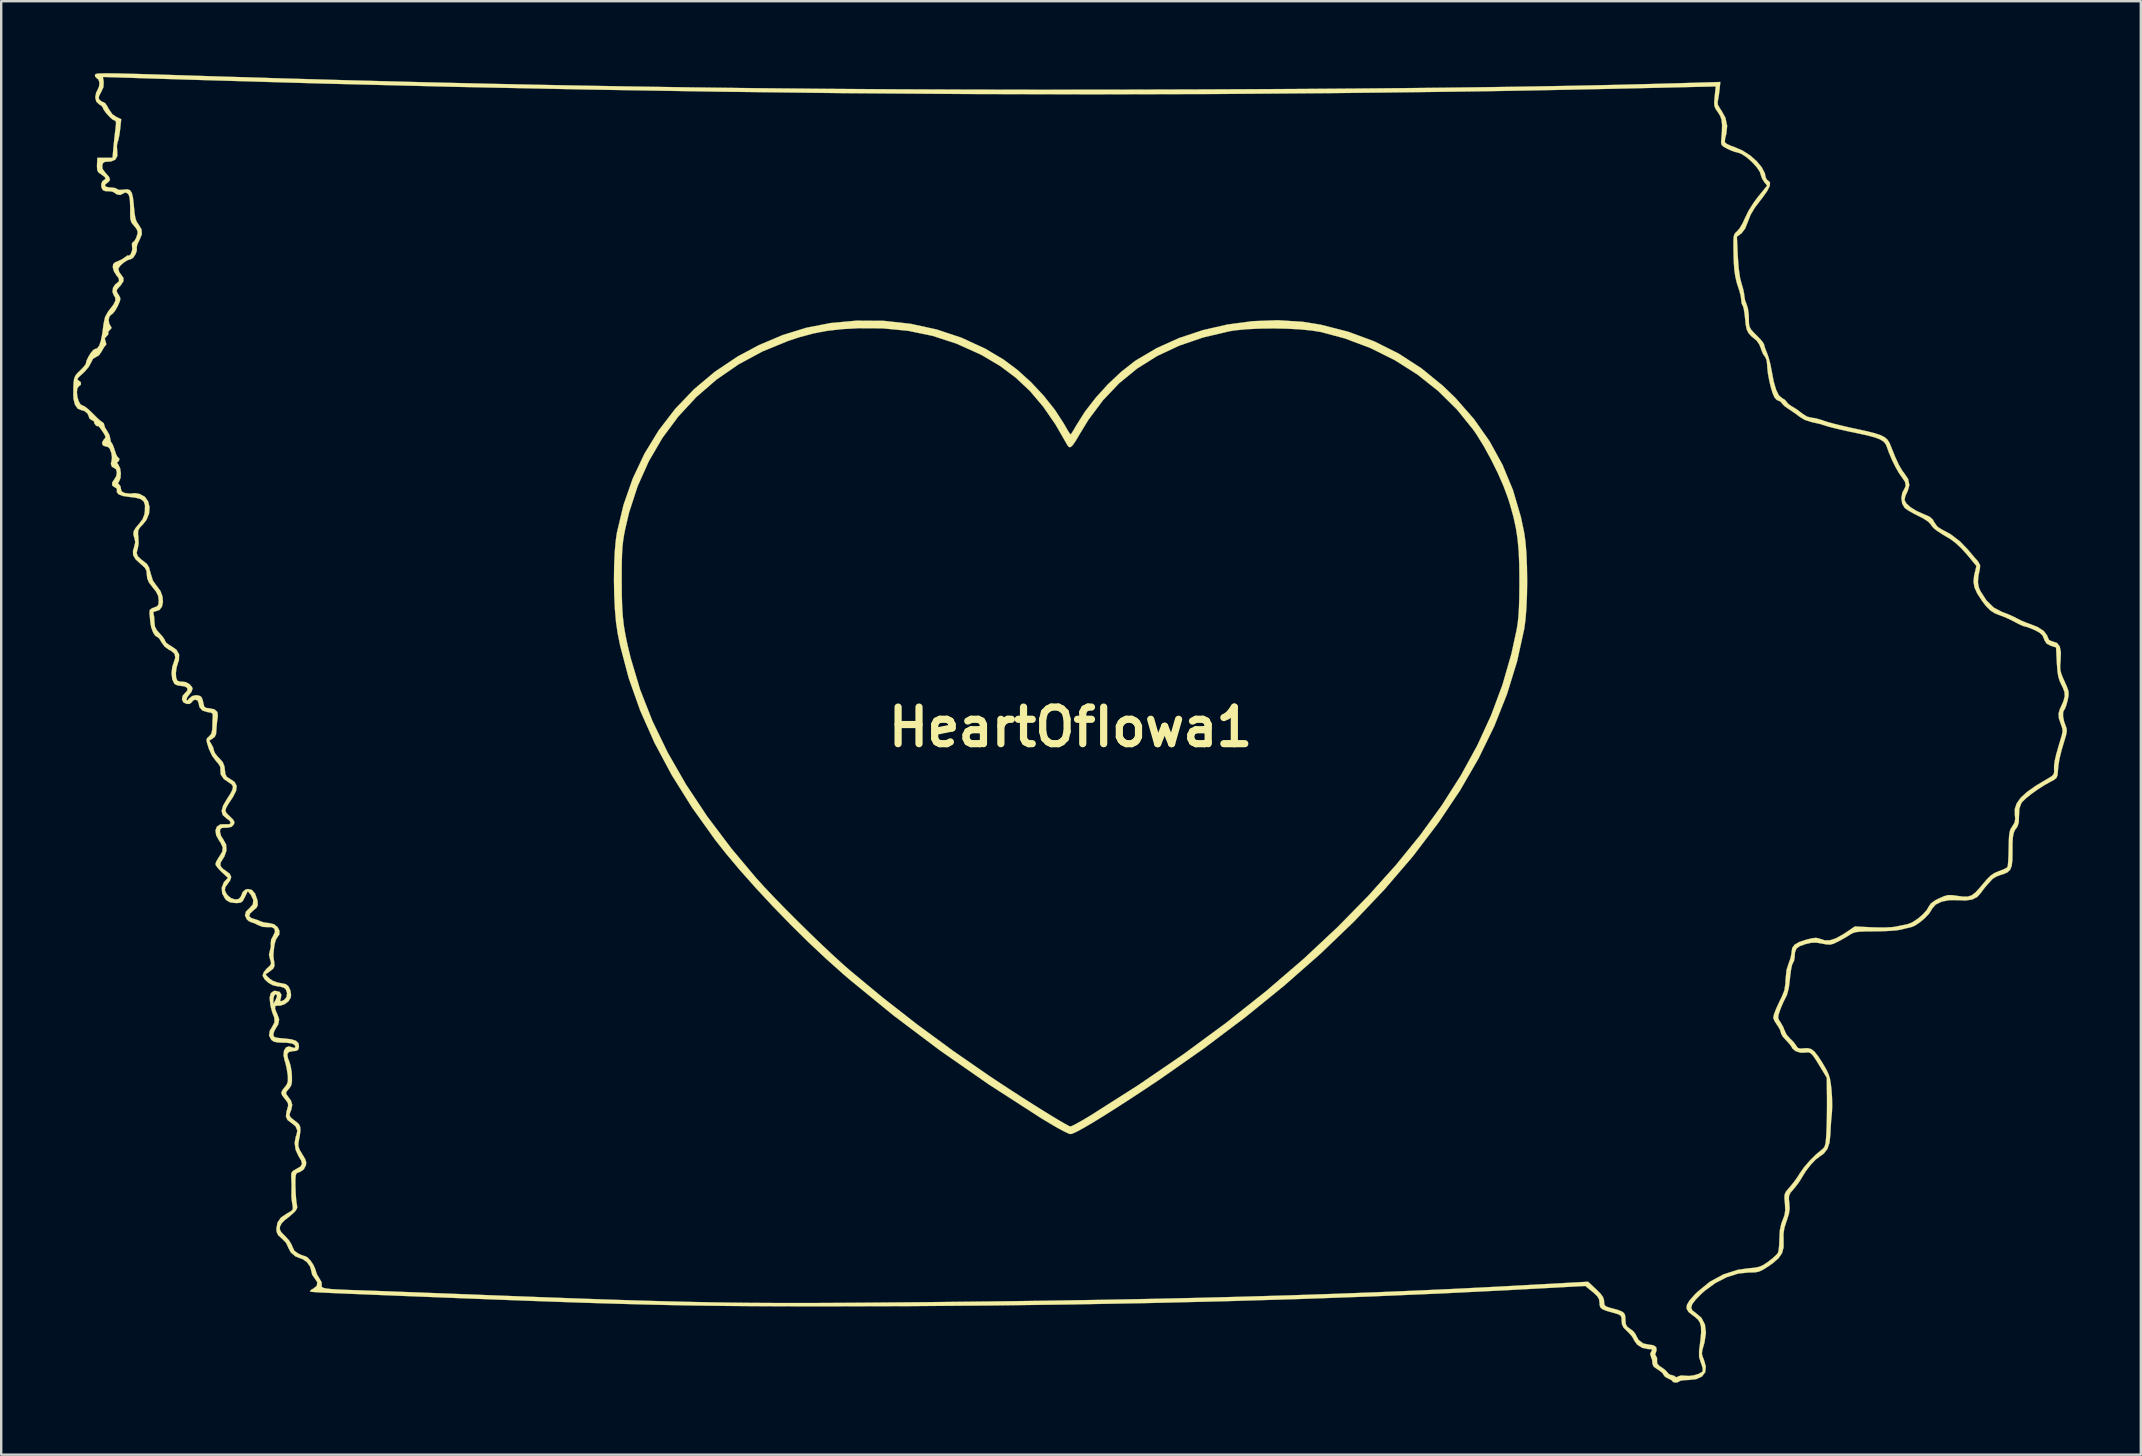
<source format=kicad_pcb>
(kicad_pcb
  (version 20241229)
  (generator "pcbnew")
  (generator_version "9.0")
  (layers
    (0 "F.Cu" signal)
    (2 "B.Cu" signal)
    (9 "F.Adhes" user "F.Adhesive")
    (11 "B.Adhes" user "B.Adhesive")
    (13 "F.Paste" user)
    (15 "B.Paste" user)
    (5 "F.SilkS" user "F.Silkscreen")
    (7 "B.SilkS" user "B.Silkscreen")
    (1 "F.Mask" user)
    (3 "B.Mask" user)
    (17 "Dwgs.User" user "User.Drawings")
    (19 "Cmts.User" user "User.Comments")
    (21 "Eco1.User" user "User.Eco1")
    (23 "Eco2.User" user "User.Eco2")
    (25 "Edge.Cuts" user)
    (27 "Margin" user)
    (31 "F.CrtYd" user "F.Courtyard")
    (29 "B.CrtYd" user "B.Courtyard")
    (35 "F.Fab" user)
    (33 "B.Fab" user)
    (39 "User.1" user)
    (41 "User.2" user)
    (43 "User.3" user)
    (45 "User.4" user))
  (footprint "HeartOfIowa1"
    (layer "F.Cu")
    (at 41.547 27.24)
    (property "Reference" "HeartOfIowa1" (at 0 0 0) (layer "F.SilkS") (effects (font (size 1.524 1.524) (thickness 0.3))))
    (attr through_hole)
    (fp_poly (pts (xy 9.672 -16.885) (xy 10.414 -16.766) (xy 11.567 -16.471) (xy 12.651 -16.07) (xy 13.669 -15.56) (xy 14.623 -14.942) (xy 15.517 -14.212) (xy 16.039 -13.707) (xy 16.803 -12.835) (xy 17.455 -11.909) (xy 17.996 -10.923) (xy 18.431 -9.872) (xy 18.76 -8.753) (xy 18.898 -8.096) (xy 18.952 -7.704) (xy 18.991 -7.218) (xy 19.013 -6.668) (xy 19.021 -6.087) (xy 19.013 -5.505) (xy 18.989 -4.955) (xy 18.95 -4.467) (xy 18.9 -4.096) (xy 18.599 -2.73) (xy 18.182 -1.377) (xy 17.648 -0.033) (xy 16.995 1.306) (xy 16.221 2.643) (xy 15.324 3.982) (xy 14.302 5.327) (xy 14.22 5.429) (xy 13.073 6.767) (xy 11.803 8.104) (xy 10.414 9.437) (xy 8.908 10.762) (xy 7.289 12.077) (xy 5.562 13.378) (xy 3.73 14.663) (xy 3.136 15.06) (xy 2.47 15.498) (xy 1.87 15.885) (xy 1.342 16.218) (xy 0.892 16.493) (xy 0.525 16.707) (xy 0.247 16.857) (xy 0.063 16.939) (xy -0.004 16.954) (xy -0.104 16.921) (xy -0.293 16.83) (xy -0.551 16.69) (xy -0.858 16.513) (xy -1.198 16.307) (xy -1.238 16.282) (xy -3.403 14.886) (xy -5.448 13.463) (xy -7.377 12.01) (xy -9.194 10.525) (xy -9.461 10.296) (xy -10.177 9.657) (xy -10.921 8.958) (xy -11.672 8.217) (xy -12.413 7.454) (xy -13.123 6.69) (xy -13.785 5.945) (xy -14.379 5.237) (xy -14.803 4.699) (xy -15.77 3.345) (xy -16.613 1.998) (xy -17.331 0.655) (xy -17.928 -0.689) (xy -18.404 -2.036) (xy -18.762 -3.389) (xy -18.872 -3.937) (xy -18.936 -4.382) (xy -18.982 -4.914) (xy -19.01 -5.502) (xy -19.021 -6.096) (xy -18.698 -6.096) (xy -18.694 -5.52) (xy -18.68 -5.039) (xy -18.653 -4.62) (xy -18.609 -4.232) (xy -18.544 -3.843) (xy -18.455 -3.42) (xy -18.337 -2.931) (xy -18.318 -2.856) (xy -17.93 -1.558) (xy -17.416 -0.25) (xy -16.778 1.068) (xy -16.018 2.392) (xy -15.135 3.722) (xy -14.131 5.054) (xy -13.097 6.287) (xy -12.76 6.658) (xy -12.347 7.094) (xy -11.881 7.572) (xy -11.381 8.074) (xy -10.868 8.578) (xy -10.363 9.064) (xy -9.886 9.512) (xy -9.458 9.902) (xy -9.207 10.121) (xy -7.848 11.249) (xy -6.402 12.378) (xy -4.903 13.48) (xy -3.389 14.528) (xy -3.365 14.544) (xy -2.925 14.836) (xy -2.472 15.132) (xy -2.021 15.423) (xy -1.583 15.702) (xy -1.174 15.959) (xy -0.805 16.186) (xy -0.49 16.376) (xy -0.243 16.52) (xy -0.077 16.61) (xy -0.007 16.637) (xy 0.077 16.605) (xy 0.247 16.518) (xy 0.48 16.387) (xy 0.755 16.224) (xy 0.862 16.159) (xy 2.824 14.911) (xy 4.699 13.63) (xy 6.478 12.321) (xy 8.155 10.99) (xy 9.72 9.644) (xy 11.135 8.319) (xy 12.398 7.031) (xy 13.54 5.761) (xy 14.562 4.504) (xy 15.468 3.255) (xy 16.261 2.008) (xy 16.944 0.76) (xy 17.52 -0.496) (xy 17.992 -1.764) (xy 18.363 -3.049) (xy 18.584 -4.064) (xy 18.626 -4.325) (xy 18.657 -4.611) (xy 18.678 -4.946) (xy 18.691 -5.351) (xy 18.697 -5.851) (xy 18.698 -6.096) (xy 18.692 -6.76) (xy 18.668 -7.327) (xy 18.622 -7.829) (xy 18.551 -8.295) (xy 18.45 -8.756) (xy 18.315 -9.242) (xy 18.221 -9.541) (xy 18.039 -10.032) (xy 17.798 -10.582) (xy 17.516 -11.151) (xy 17.216 -11.699) (xy 16.915 -12.186) (xy 16.782 -12.381) (xy 16.097 -13.229) (xy 15.317 -14) (xy 14.45 -14.688) (xy 13.508 -15.286) (xy 12.498 -15.789) (xy 11.433 -16.19) (xy 10.439 -16.457) (xy 10.047 -16.521) (xy 9.562 -16.569) (xy 9.016 -16.598) (xy 8.441 -16.609) (xy 7.87 -16.601) (xy 7.334 -16.575) (xy 6.866 -16.53) (xy 6.621 -16.491) (xy 5.523 -16.232) (xy 4.519 -15.888) (xy 3.604 -15.458) (xy 2.774 -14.938) (xy 2.024 -14.325) (xy 1.35 -13.615) (xy 0.747 -12.807) (xy 0.379 -12.205) (xy 0.214 -11.924) (xy 0.092 -11.747) (xy 0.001 -11.665) (xy -0.069 -11.667) (xy -0.131 -11.744) (xy -0.135 -11.751) (xy -0.629 -12.609) (xy -1.143 -13.353) (xy -1.69 -13.998) (xy -2.283 -14.557) (xy -2.935 -15.045) (xy -3.659 -15.474) (xy -3.786 -15.54) (xy -4.756 -15.976) (xy -5.744 -16.298) (xy -6.766 -16.509) (xy -7.835 -16.612) (xy -8.826 -16.617) (xy -9.522 -16.579) (xy -10.136 -16.509) (xy -10.712 -16.399) (xy -11.294 -16.243) (xy -11.751 -16.093) (xy -12.825 -15.654) (xy -13.826 -15.114) (xy -14.749 -14.478) (xy -15.589 -13.751) (xy -16.342 -12.938) (xy -17.003 -12.046) (xy -17.568 -11.078) (xy -18.032 -10.042) (xy -18.391 -8.941) (xy -18.555 -8.239) (xy -18.605 -7.98) (xy -18.641 -7.74) (xy -18.667 -7.493) (xy -18.684 -7.214) (xy -18.694 -6.877) (xy -18.698 -6.457) (xy -18.698 -6.096) (xy -19.021 -6.096) (xy -19.021 -6.114) (xy -19.014 -6.719) (xy -18.989 -7.286) (xy -18.945 -7.783) (xy -18.899 -8.096) (xy -18.624 -9.254) (xy -18.239 -10.355) (xy -17.749 -11.393) (xy -17.157 -12.363) (xy -16.469 -13.258) (xy -15.688 -14.074) (xy -14.818 -14.804) (xy -13.865 -15.442) (xy -12.986 -15.912) (xy -11.992 -16.333) (xy -11.002 -16.638) (xy -9.987 -16.835) (xy -8.922 -16.932) (xy -7.781 -16.925) (xy -6.663 -16.801) (xy -5.578 -16.565) (xy -4.538 -16.219) (xy -3.553 -15.765) (xy -2.794 -15.314) (xy -2.219 -14.886) (xy -1.651 -14.372) (xy -1.118 -13.804) (xy -0.648 -13.211) (xy -0.268 -12.623) (xy -0.239 -12.571) (xy -0.131 -12.382) (xy -0.045 -12.246) (xy -0.000287 -12.194) (xy 0 -12.194) (xy 0.044 -12.245) (xy 0.129 -12.379) (xy 0.236 -12.565) (xy 0.595 -13.136) (xy 1.046 -13.719) (xy 1.558 -14.283) (xy 2.104 -14.797) (xy 2.654 -15.23) (xy 2.735 -15.285) (xy 3.589 -15.789) (xy 4.521 -16.208) (xy 5.511 -16.537) (xy 6.541 -16.773) (xy 7.59 -16.912) (xy 8.641 -16.95) (xy 9.672 -16.885)) (stroke (width 0.01) (type solid)) (fill yes) (layer "F.SilkS"))
    (fp_poly (pts (xy -39.969 -27.234) (xy -39.677 -27.23) (xy -39.311 -27.221) (xy -38.862 -27.209) (xy -38.322 -27.194) (xy -37.682 -27.174) (xy -36.934 -27.151) (xy -36.069 -27.123) (xy -35.846 -27.116) (xy -32.814 -27.023) (xy -29.862 -26.94) (xy -26.975 -26.865) (xy -24.136 -26.799) (xy -21.33 -26.741) (xy -18.541 -26.691) (xy -15.753 -26.649) (xy -12.95 -26.615) (xy -10.115 -26.589) (xy -7.234 -26.57) (xy -4.291 -26.558) (xy -1.268 -26.553) (xy 1.848 -26.555) (xy 5.075 -26.564) (xy 5.207 -26.564) (xy 7.549 -26.574) (xy 9.77 -26.586) (xy 11.876 -26.601) (xy 13.874 -26.619) (xy 15.769 -26.639) (xy 17.568 -26.662) (xy 19.277 -26.688) (xy 20.902 -26.717) (xy 22.45 -26.749) (xy 23.925 -26.785) (xy 25.335 -26.823) (xy 25.647 -26.833) (xy 27.068 -26.875) (xy 27.033 -26.534) (xy 27.005 -26.315) (xy 26.974 -26.132) (xy 26.957 -26.064) (xy 26.965 -25.925) (xy 27.072 -25.741) (xy 27.107 -25.695) (xy 27.28 -25.386) (xy 27.352 -25.042) (xy 27.316 -24.704) (xy 27.306 -24.672) (xy 27.264 -24.501) (xy 27.258 -24.375) (xy 27.261 -24.36) (xy 27.335 -24.298) (xy 27.493 -24.222) (xy 27.651 -24.166) (xy 27.985 -24.023) (xy 28.302 -23.821) (xy 28.578 -23.581) (xy 28.793 -23.323) (xy 28.924 -23.07) (xy 28.953 -22.914) (xy 29.006 -22.803) (xy 29.051 -22.774) (xy 29.137 -22.692) (xy 29.127 -22.545) (xy 29.019 -22.329) (xy 28.814 -22.041) (xy 28.743 -21.952) (xy 28.497 -21.626) (xy 28.33 -21.344) (xy 28.223 -21.072) (xy 28.223 -21.072) (xy 28.101 -20.767) (xy 27.955 -20.576) (xy 27.932 -20.558) (xy 27.758 -20.429) (xy 27.795 -19.629) (xy 27.832 -19.123) (xy 27.888 -18.725) (xy 27.95 -18.484) (xy 28.016 -18.26) (xy 28.058 -18.058) (xy 28.067 -17.968) (xy 28.097 -17.783) (xy 28.162 -17.613) (xy 28.217 -17.438) (xy 28.251 -17.191) (xy 28.257 -17.032) (xy 28.261 -16.819) (xy 28.286 -16.676) (xy 28.352 -16.557) (xy 28.479 -16.419) (xy 28.575 -16.325) (xy 28.734 -16.16) (xy 28.848 -16.02) (xy 28.892 -15.936) (xy 28.892 -15.935) (xy 28.917 -15.829) (xy 28.98 -15.662) (xy 29.01 -15.593) (xy 29.08 -15.396) (xy 29.15 -15.132) (xy 29.202 -14.868) (xy 29.292 -14.394) (xy 29.395 -14.044) (xy 29.51 -13.817) (xy 29.633 -13.712) (xy 29.764 -13.631) (xy 29.823 -13.556) (xy 29.902 -13.461) (xy 30.044 -13.363) (xy 30.059 -13.356) (xy 30.24 -13.245) (xy 30.433 -13.101) (xy 30.466 -13.072) (xy 30.673 -12.938) (xy 30.861 -12.891) (xy 31.03 -12.867) (xy 31.248 -12.807) (xy 31.359 -12.768) (xy 31.527 -12.713) (xy 31.791 -12.641) (xy 32.122 -12.559) (xy 32.491 -12.473) (xy 32.736 -12.421) (xy 33.171 -12.326) (xy 33.499 -12.243) (xy 33.739 -12.165) (xy 33.907 -12.081) (xy 34.023 -11.983) (xy 34.105 -11.863) (xy 34.164 -11.725) (xy 34.346 -11.27) (xy 34.51 -10.917) (xy 34.652 -10.674) (xy 34.712 -10.6) (xy 34.888 -10.342) (xy 34.943 -10.083) (xy 34.874 -9.833) (xy 34.856 -9.801) (xy 34.775 -9.627) (xy 34.744 -9.471) (xy 34.746 -9.449) (xy 34.821 -9.313) (xy 34.993 -9.159) (xy 35.239 -9.007) (xy 35.534 -8.874) (xy 35.578 -8.858) (xy 35.791 -8.763) (xy 35.918 -8.65) (xy 35.977 -8.541) (xy 36.107 -8.355) (xy 36.251 -8.258) (xy 36.656 -8.04) (xy 37.052 -7.737) (xy 37.383 -7.395) (xy 37.548 -7.196) (xy 37.697 -7.021) (xy 37.8 -6.907) (xy 37.805 -6.902) (xy 37.89 -6.745) (xy 37.882 -6.614) (xy 37.816 -6.283) (xy 37.799 -6.035) (xy 37.833 -5.832) (xy 37.897 -5.679) (xy 38.157 -5.274) (xy 38.462 -4.978) (xy 38.805 -4.798) (xy 38.812 -4.796) (xy 39.061 -4.702) (xy 39.308 -4.59) (xy 39.401 -4.541) (xy 39.626 -4.428) (xy 39.862 -4.333) (xy 39.91 -4.317) (xy 40.282 -4.173) (xy 40.54 -4.007) (xy 40.679 -3.823) (xy 40.693 -3.782) (xy 40.761 -3.632) (xy 40.888 -3.571) (xy 40.915 -3.568) (xy 41.096 -3.504) (xy 41.208 -3.357) (xy 41.255 -3.117) (xy 41.244 -2.798) (xy 41.225 -2.56) (xy 41.232 -2.383) (xy 41.274 -2.215) (xy 41.362 -2.003) (xy 41.406 -1.907) (xy 41.509 -1.675) (xy 41.565 -1.514) (xy 41.579 -1.381) (xy 41.56 -1.23) (xy 41.535 -1.111) (xy 41.482 -0.914) (xy 41.428 -0.772) (xy 41.398 -0.728) (xy 41.348 -0.629) (xy 41.345 -0.453) (xy 41.388 -0.236) (xy 41.437 -0.097) (xy 41.488 0.043) (xy 41.501 0.164) (xy 41.476 0.313) (xy 41.412 0.53) (xy 41.282 0.966) (xy 41.196 1.319) (xy 41.148 1.623) (xy 41.132 1.81) (xy 41.115 2.003) (xy 41.07 2.117) (xy 40.968 2.199) (xy 40.862 2.254) (xy 40.592 2.403) (xy 40.308 2.584) (xy 40.038 2.775) (xy 39.81 2.957) (xy 39.651 3.11) (xy 39.605 3.171) (xy 39.524 3.404) (xy 39.509 3.707) (xy 39.501 3.975) (xy 39.445 4.144) (xy 39.425 4.171) (xy 39.342 4.285) (xy 39.287 4.417) (xy 39.254 4.593) (xy 39.24 4.842) (xy 39.239 5.189) (xy 39.239 5.19) (xy 39.234 5.536) (xy 39.206 5.778) (xy 39.142 5.942) (xy 39.03 6.049) (xy 38.859 6.124) (xy 38.75 6.155) (xy 38.563 6.227) (xy 38.418 6.317) (xy 38.401 6.333) (xy 38.207 6.545) (xy 38.076 6.698) (xy 37.98 6.824) (xy 37.936 6.889) (xy 37.77 7.075) (xy 37.557 7.184) (xy 37.271 7.222) (xy 36.994 7.21) (xy 36.616 7.207) (xy 36.292 7.269) (xy 36.044 7.389) (xy 35.891 7.559) (xy 35.875 7.596) (xy 35.769 7.764) (xy 35.59 7.955) (xy 35.375 8.136) (xy 35.164 8.274) (xy 35.025 8.33) (xy 34.83 8.375) (xy 34.607 8.431) (xy 34.576 8.439) (xy 34.414 8.465) (xy 34.16 8.487) (xy 33.848 8.502) (xy 33.511 8.508) (xy 33.496 8.508) (xy 33.147 8.511) (xy 32.9 8.52) (xy 32.729 8.539) (xy 32.607 8.571) (xy 32.511 8.619) (xy 32.48 8.64) (xy 32.31 8.746) (xy 32.091 8.871) (xy 31.978 8.931) (xy 31.788 9.022) (xy 31.645 9.06) (xy 31.486 9.052) (xy 31.309 9.018) (xy 31.065 8.978) (xy 30.863 8.983) (xy 30.628 9.036) (xy 30.596 9.046) (xy 30.365 9.129) (xy 30.234 9.233) (xy 30.176 9.391) (xy 30.163 9.592) (xy 30.136 9.744) (xy 30.09 9.827) (xy 30.052 9.919) (xy 30.014 10.106) (xy 29.981 10.352) (xy 29.969 10.472) (xy 29.92 10.866) (xy 29.848 11.144) (xy 29.797 11.253) (xy 29.701 11.44) (xy 29.6 11.675) (xy 29.558 11.787) (xy 29.495 11.978) (xy 29.477 12.097) (xy 29.505 12.19) (xy 29.577 12.299) (xy 29.682 12.479) (xy 29.752 12.654) (xy 29.753 12.657) (xy 29.832 12.817) (xy 29.966 12.966) (xy 29.971 12.971) (xy 30.117 13.114) (xy 30.223 13.261) (xy 30.224 13.263) (xy 30.295 13.361) (xy 30.399 13.392) (xy 30.545 13.381) (xy 30.713 13.373) (xy 30.853 13.411) (xy 30.986 13.512) (xy 31.13 13.691) (xy 31.308 13.965) (xy 31.34 14.017) (xy 31.484 14.263) (xy 31.577 14.458) (xy 31.635 14.648) (xy 31.673 14.881) (xy 31.699 15.113) (xy 31.721 15.432) (xy 31.728 15.755) (xy 31.719 16.027) (xy 31.713 16.097) (xy 31.686 16.374) (xy 31.664 16.697) (xy 31.655 16.923) (xy 31.619 17.298) (xy 31.528 17.574) (xy 31.374 17.771) (xy 31.231 17.87) (xy 31.045 18.01) (xy 30.835 18.23) (xy 30.631 18.493) (xy 30.464 18.764) (xy 30.454 18.784) (xy 30.344 18.959) (xy 30.192 19.16) (xy 30.122 19.242) (xy 29.992 19.395) (xy 29.932 19.517) (xy 29.924 19.663) (xy 29.941 19.825) (xy 29.955 20.053) (xy 29.927 20.265) (xy 29.849 20.519) (xy 29.828 20.574) (xy 29.736 20.862) (xy 29.698 21.112) (xy 29.703 21.38) (xy 29.702 21.674) (xy 29.638 21.913) (xy 29.495 22.122) (xy 29.258 22.33) (xy 29.071 22.461) (xy 28.854 22.598) (xy 28.692 22.677) (xy 28.535 22.712) (xy 28.335 22.719) (xy 28.258 22.717) (xy 27.809 22.764) (xy 27.336 22.915) (xy 26.865 23.157) (xy 26.422 23.479) (xy 26.273 23.613) (xy 26.036 23.856) (xy 25.897 24.04) (xy 25.854 24.181) (xy 25.9 24.295) (xy 26.032 24.395) (xy 26.034 24.396) (xy 26.28 24.603) (xy 26.426 24.883) (xy 26.469 25.23) (xy 26.408 25.637) (xy 26.373 25.757) (xy 26.315 25.959) (xy 26.3 26.095) (xy 26.328 26.219) (xy 26.379 26.34) (xy 26.465 26.634) (xy 26.439 26.874) (xy 26.304 27.051) (xy 26.067 27.161) (xy 25.752 27.196) (xy 25.551 27.205) (xy 25.408 27.228) (xy 25.363 27.251) (xy 25.287 27.294) (xy 25.175 27.303) (xy 25.093 27.277) (xy 25.082 27.255) (xy 25.03 27.201) (xy 24.901 27.138) (xy 24.892 27.134) (xy 24.76 27.06) (xy 24.701 26.981) (xy 24.701 26.977) (xy 24.65 26.897) (xy 24.521 26.797) (xy 24.463 26.763) (xy 24.293 26.643) (xy 24.239 26.526) (xy 24.24 26.509) (xy 24.223 26.354) (xy 24.182 26.244) (xy 24.144 26.106) (xy 24.192 26.005) (xy 24.229 25.941) (xy 24.18 25.913) (xy 24.051 25.908) (xy 23.814 25.858) (xy 23.607 25.727) (xy 23.474 25.546) (xy 23.461 25.509) (xy 23.388 25.384) (xy 23.254 25.231) (xy 23.187 25.168) (xy 23.037 25.018) (xy 22.969 24.878) (xy 22.955 24.73) (xy 22.95 24.599) (xy 22.916 24.519) (xy 22.825 24.464) (xy 22.649 24.408) (xy 22.574 24.388) (xy 22.314 24.313) (xy 22.155 24.248) (xy 22.071 24.176) (xy 22.039 24.079) (xy 22.035 23.975) (xy 22.016 23.836) (xy 21.944 23.713) (xy 21.796 23.569) (xy 21.739 23.522) (xy 21.444 23.28) (xy 18.231 23.453) (xy 15.44 23.592) (xy 12.533 23.716) (xy 9.521 23.824) (xy 6.412 23.916) (xy 3.217 23.992) (xy -0.053 24.051) (xy -3.39 24.094) (xy -6.782 24.12) (xy -10.219 24.129) (xy -10.382 24.129) (xy -11.412 24.128) (xy -12.382 24.125) (xy -13.305 24.12) (xy -14.194 24.113) (xy -15.063 24.103) (xy -15.925 24.09) (xy -16.794 24.073) (xy -17.682 24.053) (xy -18.604 24.028) (xy -19.572 24) (xy -20.6 23.967) (xy -21.701 23.929) (xy -22.889 23.886) (xy -24.177 23.837) (xy -25.578 23.783) (xy -25.59 23.782) (xy -26.606 23.742) (xy -27.501 23.707) (xy -28.285 23.676) (xy -28.964 23.649) (xy -29.546 23.625) (xy -30.039 23.605) (xy -30.449 23.588) (xy -30.785 23.573) (xy -31.054 23.56) (xy -31.263 23.55) (xy -31.42 23.54) (xy -31.533 23.532) (xy -31.608 23.524) (xy -31.654 23.517) (xy -31.677 23.51) (xy -31.685 23.503) (xy -31.686 23.496) (xy -31.635 23.44) (xy -31.528 23.38) (xy -31.398 23.269) (xy -31.382 23.124) (xy -31.483 22.968) (xy -31.496 22.955) (xy -31.594 22.811) (xy -31.623 22.685) (xy -31.676 22.48) (xy -31.809 22.29) (xy -31.985 22.163) (xy -32.052 22.142) (xy -32.293 22.046) (xy -32.486 21.879) (xy -32.593 21.676) (xy -32.596 21.661) (xy -32.682 21.483) (xy -32.847 21.311) (xy -32.859 21.302) (xy -33.008 21.167) (xy -33.072 21.033) (xy -33.084 20.898) (xy -33.038 20.638) (xy -32.894 20.43) (xy -32.637 20.256) (xy -32.627 20.251) (xy -32.471 20.163) (xy -32.403 20.087) (xy -32.4 19.976) (xy -32.417 19.886) (xy -32.447 19.689) (xy -32.458 19.522) (xy -32.457 19.51) (xy -32.452 19.068) (xy -32.465 18.734) (xy -32.462 18.585) (xy -32.405 18.493) (xy -32.262 18.41) (xy -32.242 18.4) (xy -32.079 18.303) (xy -32.017 18.197) (xy -32.051 18.054) (xy -32.163 17.869) (xy -32.282 17.608) (xy -32.323 17.324) (xy -32.278 17.064) (xy -32.253 17.008) (xy -32.21 16.812) (xy -32.286 16.63) (xy -32.448 16.496) (xy -32.619 16.369) (xy -32.687 16.22) (xy -32.662 16.015) (xy -32.639 15.938) (xy -32.593 15.771) (xy -32.607 15.658) (xy -32.693 15.532) (xy -32.725 15.493) (xy -32.845 15.339) (xy -32.881 15.232) (xy -32.834 15.122) (xy -32.736 15) (xy -32.644 14.871) (xy -32.605 14.742) (xy -32.606 14.56) (xy -32.615 14.471) (xy -32.653 14.222) (xy -32.71 13.981) (xy -32.739 13.892) (xy -32.787 13.668) (xy -32.767 13.479) (xy -32.69 13.347) (xy -32.569 13.299) (xy -32.458 13.33) (xy -32.337 13.365) (xy -32.287 13.323) (xy -32.33 13.23) (xy -32.446 13.175) (xy -32.671 13.147) (xy -32.796 13.145) (xy -33.044 13.134) (xy -33.2 13.097) (xy -33.296 13.028) (xy -33.39 12.847) (xy -33.359 12.647) (xy -33.274 12.509) (xy -33.162 12.297) (xy -33.173 12.089) (xy -33.212 11.999) (xy -33.261 11.867) (xy -33.314 11.667) (xy -33.338 11.553) (xy -33.357 11.354) (xy -33.208 11.354) (xy -33.206 11.525) (xy -33.119 11.367) (xy -33.065 11.237) (xy -33.062 11.16) (xy -33.122 11.129) (xy -33.178 11.193) (xy -33.208 11.323) (xy -33.208 11.354) (xy -33.357 11.354) (xy -33.365 11.265) (xy -33.316 11.079) (xy -33.192 10.992) (xy -33.126 10.986) (xy -32.951 11.026) (xy -32.876 11.138) (xy -32.896 11.279) (xy -32.929 11.397) (xy -32.891 11.422) (xy -32.764 11.365) (xy -32.762 11.364) (xy -32.664 11.25) (xy -32.638 11.087) (xy -32.686 10.933) (xy -32.762 10.861) (xy -32.921 10.81) (xy -33.057 10.795) (xy -33.234 10.753) (xy -33.417 10.649) (xy -33.57 10.511) (xy -33.651 10.371) (xy -33.655 10.336) (xy -33.609 10.209) (xy -33.495 10.067) (xy -33.463 10.038) (xy -33.341 9.923) (xy -33.304 9.831) (xy -33.335 9.707) (xy -33.348 9.672) (xy -33.393 9.481) (xy -33.354 9.315) (xy -33.354 9.314) (xy -33.312 9.143) (xy -33.319 9.019) (xy -33.303 8.85) (xy -33.223 8.702) (xy -33.141 8.527) (xy -33.169 8.396) (xy -33.292 8.329) (xy -33.435 8.334) (xy -33.658 8.321) (xy -33.841 8.249) (xy -34.001 8.171) (xy -34.119 8.13) (xy -34.136 8.128) (xy -34.229 8.085) (xy -34.318 8.006) (xy -34.393 7.845) (xy -34.349 7.68) (xy -34.192 7.529) (xy -34.064 7.381) (xy -34.047 7.194) (xy -34.145 6.992) (xy -34.156 6.978) (xy -34.276 6.83) (xy -34.396 7.082) (xy -34.48 7.24) (xy -34.568 7.311) (xy -34.71 7.329) (xy -34.795 7.328) (xy -35.006 7.302) (xy -35.152 7.221) (xy -35.222 7.15) (xy -35.343 6.927) (xy -35.361 6.687) (xy -35.275 6.468) (xy -35.236 6.421) (xy -35.103 6.278) (xy -35.363 6.038) (xy -35.507 5.89) (xy -35.602 5.762) (xy -35.623 5.705) (xy -35.588 5.599) (xy -35.499 5.446) (xy -35.465 5.397) (xy -35.34 5.189) (xy -35.32 5.011) (xy -35.403 4.823) (xy -35.465 4.736) (xy -35.592 4.507) (xy -35.622 4.302) (xy -35.561 4.143) (xy -35.417 4.051) (xy -35.21 4.045) (xy -35.045 4.046) (xy -34.986 3.991) (xy -35.035 3.897) (xy -35.179 3.788) (xy -35.324 3.657) (xy -35.365 3.488) (xy -35.303 3.268) (xy -35.156 3.015) (xy -34.994 2.762) (xy -34.908 2.585) (xy -34.895 2.465) (xy -34.951 2.38) (xy -35.033 2.328) (xy -35.276 2.16) (xy -35.404 1.972) (xy -35.416 1.803) (xy -35.419 1.665) (xy -35.497 1.528) (xy -35.591 1.425) (xy -35.757 1.202) (xy -35.892 0.915) (xy -35.913 0.855) (xy -35.974 0.653) (xy -35.995 0.535) (xy -35.974 0.465) (xy -35.91 0.405) (xy -35.89 0.39) (xy -35.795 0.277) (xy -35.756 0.105) (xy -35.751 0) (xy -35.747 -0.216) (xy -35.737 -0.404) (xy -35.734 -0.445) (xy -35.74 -0.553) (xy -35.811 -0.604) (xy -35.941 -0.623) (xy -36.164 -0.688) (xy -36.292 -0.835) (xy -36.322 -0.996) (xy -36.367 -1.109) (xy -36.467 -1.146) (xy -36.568 -1.098) (xy -36.601 -1.043) (xy -36.693 -0.969) (xy -36.814 -0.964) (xy -36.956 -1.029) (xy -37.017 -1.156) (xy -36.99 -1.304) (xy -36.889 -1.419) (xy -36.787 -1.534) (xy -36.8 -1.635) (xy -36.918 -1.701) (xy -37.042 -1.714) (xy -37.213 -1.74) (xy -37.332 -1.803) (xy -37.336 -1.807) (xy -37.423 -1.995) (xy -37.451 -2.248) (xy -37.42 -2.517) (xy -37.366 -2.675) (xy -37.296 -2.895) (xy -37.326 -3.053) (xy -37.467 -3.177) (xy -37.573 -3.231) (xy -37.737 -3.352) (xy -37.865 -3.525) (xy -37.869 -3.532) (xy -37.951 -3.672) (xy -38.023 -3.744) (xy -38.034 -3.747) (xy -38.128 -3.803) (xy -38.221 -3.949) (xy -38.296 -4.149) (xy -38.331 -4.334) (xy -38.351 -4.546) (xy -38.368 -4.731) (xy -38.371 -4.763) (xy -38.357 -4.882) (xy -38.264 -4.953) (xy -38.184 -4.981) (xy -38.051 -5.034) (xy -37.995 -5.117) (xy -37.985 -5.277) (xy -37.985 -5.287) (xy -38.01 -5.469) (xy -38.096 -5.642) (xy -38.235 -5.819) (xy -38.387 -6.017) (xy -38.462 -6.183) (xy -38.481 -6.349) (xy -38.496 -6.51) (xy -38.559 -6.633) (xy -38.698 -6.764) (xy -38.741 -6.799) (xy -38.95 -6.991) (xy -39.052 -7.164) (xy -39.058 -7.344) (xy -39.016 -7.479) (xy -38.964 -7.701) (xy -38.991 -7.848) (xy -39.041 -8.019) (xy -39.03 -8.156) (xy -38.946 -8.301) (xy -38.821 -8.448) (xy -38.663 -8.653) (xy -38.584 -8.852) (xy -38.562 -9.004) (xy -38.557 -9.24) (xy -38.609 -9.399) (xy -38.735 -9.499) (xy -38.955 -9.558) (xy -39.173 -9.584) (xy -39.475 -9.628) (xy -39.659 -9.697) (xy -39.734 -9.794) (xy -39.723 -9.884) (xy -39.752 -9.956) (xy -39.819 -9.989) (xy -39.923 -10.064) (xy -39.925 -10.189) (xy -39.827 -10.338) (xy -39.822 -10.343) (xy -39.75 -10.469) (xy -39.732 -10.617) (xy -39.765 -10.742) (xy -39.845 -10.795) (xy -39.847 -10.795) (xy -39.938 -10.847) (xy -39.979 -10.967) (xy -39.952 -11.092) (xy -39.933 -11.214) (xy -39.955 -11.395) (xy -39.965 -11.435) (xy -40.027 -11.604) (xy -40.108 -11.675) (xy -40.17 -11.684) (xy -40.305 -11.729) (xy -40.351 -11.836) (xy -40.289 -11.962) (xy -40.288 -11.963) (xy -40.221 -12.037) (xy -40.207 -12.104) (xy -40.251 -12.2) (xy -40.354 -12.357) (xy -40.448 -12.486) (xy -40.505 -12.546) (xy -40.513 -12.542) (xy -40.552 -12.536) (xy -40.608 -12.572) (xy -40.672 -12.659) (xy -40.672 -12.7) (xy -40.698 -12.752) (xy -40.768 -12.782) (xy -40.871 -12.855) (xy -40.894 -12.925) (xy -40.948 -13.058) (xy -41.077 -13.166) (xy -41.213 -13.206) (xy -41.363 -13.268) (xy -41.474 -13.431) (xy -41.535 -13.672) (xy -41.542 -13.803) (xy -41.541 -13.955) (xy -41.394 -13.955) (xy -41.374 -13.763) (xy -41.32 -13.579) (xy -41.242 -13.444) (xy -41.157 -13.399) (xy -41.062 -13.355) (xy -40.913 -13.239) (xy -40.74 -13.075) (xy -40.715 -13.049) (xy -40.548 -12.882) (xy -40.411 -12.758) (xy -40.328 -12.701) (xy -40.321 -12.7) (xy -40.267 -12.648) (xy -40.259 -12.599) (xy -40.222 -12.48) (xy -40.132 -12.336) (xy -40.132 -12.336) (xy -40.041 -12.176) (xy -40.005 -12.028) (xy -39.984 -11.9) (xy -39.95 -11.848) (xy -39.902 -11.771) (xy -39.842 -11.616) (xy -39.815 -11.527) (xy -39.757 -11.358) (xy -39.701 -11.254) (xy -39.679 -11.239) (xy -39.63 -11.188) (xy -39.624 -11.144) (xy -39.663 -11.06) (xy -39.697 -11.049) (xy -39.72 -11.012) (xy -39.666 -10.933) (xy -39.594 -10.785) (xy -39.563 -10.581) (xy -39.576 -10.379) (xy -39.635 -10.234) (xy -39.64 -10.228) (xy -39.687 -10.153) (xy -39.64 -10.115) (xy -39.578 -10.036) (xy -39.56 -9.935) (xy -39.535 -9.825) (xy -39.434 -9.765) (xy -39.342 -9.744) (xy -39.18 -9.726) (xy -39.073 -9.735) (xy -39.067 -9.739) (xy -38.973 -9.746) (xy -38.814 -9.72) (xy -38.772 -9.709) (xy -38.56 -9.593) (xy -38.424 -9.4) (xy -38.366 -9.157) (xy -38.388 -8.892) (xy -38.494 -8.632) (xy -38.647 -8.44) (xy -38.779 -8.303) (xy -38.839 -8.19) (xy -38.847 -8.047) (xy -38.832 -7.9) (xy -38.822 -7.638) (xy -38.857 -7.435) (xy -38.866 -7.415) (xy -38.905 -7.258) (xy -38.857 -7.121) (xy -38.707 -6.977) (xy -38.613 -6.91) (xy -38.474 -6.795) (xy -38.389 -6.654) (xy -38.33 -6.439) (xy -38.324 -6.413) (xy -38.229 -6.109) (xy -38.072 -5.885) (xy -38.061 -5.874) (xy -37.912 -5.672) (xy -37.829 -5.445) (xy -37.808 -5.218) (xy -37.849 -5.021) (xy -37.951 -4.881) (xy -38.11 -4.826) (xy -38.117 -4.826) (xy -38.206 -4.796) (xy -38.202 -4.726) (xy -38.177 -4.598) (xy -38.164 -4.413) (xy -38.163 -4.374) (xy -38.142 -4.188) (xy -38.06 -4.033) (xy -37.941 -3.901) (xy -37.811 -3.755) (xy -37.731 -3.632) (xy -37.719 -3.591) (xy -37.667 -3.51) (xy -37.536 -3.416) (xy -37.481 -3.387) (xy -37.247 -3.225) (xy -37.135 -3.028) (xy -37.143 -2.792) (xy -37.177 -2.694) (xy -37.243 -2.475) (xy -37.271 -2.249) (xy -37.259 -2.056) (xy -37.208 -1.937) (xy -37.195 -1.926) (xy -37.067 -1.892) (xy -37.001 -1.895) (xy -36.849 -1.873) (xy -36.697 -1.785) (xy -36.594 -1.664) (xy -36.576 -1.596) (xy -36.621 -1.468) (xy -36.703 -1.365) (xy -36.798 -1.243) (xy -36.827 -1.149) (xy -36.808 -1.099) (xy -36.749 -1.156) (xy -36.724 -1.191) (xy -36.59 -1.296) (xy -36.417 -1.334) (xy -36.26 -1.297) (xy -36.208 -1.254) (xy -36.153 -1.136) (xy -36.121 -0.986) (xy -36.088 -0.853) (xy -36.002 -0.799) (xy -35.893 -0.787) (xy -35.662 -0.741) (xy -35.539 -0.628) (xy -35.521 -0.447) (xy -35.527 -0.416) (xy -35.554 -0.231) (xy -35.575 0.002) (xy -35.58 0.088) (xy -35.596 0.284) (xy -35.647 0.403) (xy -35.764 0.494) (xy -35.868 0.552) (xy -35.853 0.605) (xy -35.789 0.709) (xy -35.712 0.859) (xy -35.687 0.97) (xy -35.643 1.08) (xy -35.531 1.225) (xy -35.468 1.289) (xy -35.318 1.456) (xy -35.248 1.628) (xy -35.23 1.778) (xy -35.205 1.965) (xy -35.146 2.073) (xy -35.026 2.15) (xy -35.02 2.152) (xy -34.822 2.285) (xy -34.737 2.45) (xy -34.762 2.658) (xy -34.897 2.921) (xy -34.922 2.959) (xy -35.082 3.198) (xy -35.175 3.36) (xy -35.205 3.471) (xy -35.176 3.56) (xy -35.09 3.654) (xy -35.022 3.717) (xy -34.885 3.854) (xy -34.832 3.949) (xy -34.848 4.037) (xy -34.86 4.06) (xy -34.949 4.153) (xy -35.109 4.189) (xy -35.181 4.191) (xy -35.344 4.199) (xy -35.415 4.241) (xy -35.433 4.34) (xy -35.433 4.362) (xy -35.39 4.53) (xy -35.293 4.681) (xy -35.177 4.89) (xy -35.162 5.139) (xy -35.248 5.388) (xy -35.293 5.457) (xy -35.405 5.643) (xy -35.414 5.78) (xy -35.313 5.9) (xy -35.217 5.965) (xy -35.032 6.105) (xy -34.964 6.238) (xy -35.008 6.385) (xy -35.083 6.488) (xy -35.205 6.658) (xy -35.231 6.793) (xy -35.164 6.937) (xy -35.111 7.008) (xy -34.97 7.125) (xy -34.806 7.178) (xy -34.659 7.161) (xy -34.571 7.071) (xy -34.569 7.064) (xy -34.488 6.87) (xy -34.382 6.772) (xy -34.272 6.743) (xy -34.105 6.782) (xy -33.972 6.932) (xy -33.882 7.181) (xy -33.867 7.257) (xy -33.857 7.416) (xy -33.911 7.525) (xy -34.029 7.625) (xy -34.183 7.768) (xy -34.214 7.878) (xy -34.123 7.955) (xy -34.052 7.977) (xy -33.871 8.034) (xy -33.75 8.088) (xy -33.601 8.136) (xy -33.407 8.162) (xy -33.385 8.162) (xy -33.185 8.211) (xy -33.036 8.326) (xy -32.956 8.479) (xy -32.961 8.639) (xy -33.046 8.758) (xy -33.106 8.862) (xy -33.156 9.04) (xy -33.171 9.131) (xy -33.196 9.346) (xy -33.206 9.485) (xy -33.201 9.599) (xy -33.181 9.738) (xy -33.173 9.786) (xy -33.161 9.948) (xy -33.21 10.055) (xy -33.336 10.159) (xy -33.536 10.302) (xy -33.395 10.452) (xy -33.233 10.567) (xy -33.034 10.639) (xy -33.026 10.641) (xy -32.843 10.674) (xy -32.702 10.705) (xy -32.693 10.707) (xy -32.583 10.795) (xy -32.502 10.96) (xy -32.472 11.155) (xy -32.484 11.264) (xy -32.577 11.42) (xy -32.743 11.544) (xy -32.93 11.606) (xy -33.027 11.6) (xy -33.123 11.614) (xy -33.142 11.713) (xy -33.083 11.881) (xy -33.052 11.938) (xy -32.968 12.17) (xy -33.004 12.382) (xy -33.084 12.509) (xy -33.173 12.665) (xy -33.209 12.803) (xy -33.198 12.874) (xy -33.143 12.919) (xy -33.018 12.946) (xy -32.797 12.967) (xy -32.767 12.969) (xy -32.46 13.005) (xy -32.264 13.069) (xy -32.163 13.169) (xy -32.142 13.313) (xy -32.144 13.33) (xy -32.176 13.442) (xy -32.263 13.488) (xy -32.385 13.497) (xy -32.556 13.528) (xy -32.627 13.621) (xy -32.604 13.788) (xy -32.549 13.92) (xy -32.493 14.1) (xy -32.451 14.343) (xy -32.437 14.523) (xy -32.435 14.756) (xy -32.46 14.907) (xy -32.522 15.019) (xy -32.573 15.078) (xy -32.669 15.194) (xy -32.68 15.272) (xy -32.626 15.35) (xy -32.475 15.557) (xy -32.423 15.737) (xy -32.46 15.929) (xy -32.476 15.969) (xy -32.526 16.095) (xy -32.533 16.182) (xy -32.483 16.261) (xy -32.358 16.365) (xy -32.236 16.456) (xy -32.142 16.545) (xy -32.091 16.652) (xy -32.081 16.806) (xy -32.11 17.032) (xy -32.163 17.304) (xy -32.17 17.45) (xy -32.115 17.608) (xy -32.003 17.795) (xy -31.887 17.986) (xy -31.841 18.121) (xy -31.851 18.24) (xy -31.859 18.267) (xy -31.944 18.426) (xy -32.093 18.526) (xy -32.2 18.563) (xy -32.25 18.599) (xy -32.279 18.685) (xy -32.291 18.845) (xy -32.29 19.104) (xy -32.289 19.155) (xy -32.278 19.432) (xy -32.26 19.679) (xy -32.237 19.854) (xy -32.229 19.89) (xy -32.215 20.022) (xy -32.272 20.138) (xy -32.37 20.239) (xy -32.54 20.387) (xy -32.707 20.517) (xy -32.725 20.529) (xy -32.859 20.662) (xy -32.933 20.805) (xy -32.94 20.919) (xy -32.887 21.029) (xy -32.752 21.17) (xy -32.719 21.201) (xy -32.554 21.383) (xy -32.443 21.567) (xy -32.421 21.633) (xy -32.334 21.815) (xy -32.165 21.934) (xy -32.011 22) (xy -31.905 22.034) (xy -31.895 22.035) (xy -31.791 22.086) (xy -31.666 22.217) (xy -31.549 22.387) (xy -31.469 22.559) (xy -31.457 22.608) (xy -31.391 22.804) (xy -31.289 22.967) (xy -31.289 22.968) (xy -31.2 23.124) (xy -31.195 23.235) (xy -31.201 23.288) (xy -31.177 23.331) (xy -31.109 23.364) (xy -30.984 23.389) (xy -30.788 23.41) (xy -30.507 23.427) (xy -30.127 23.444) (xy -29.634 23.461) (xy -29.623 23.461) (xy -29.363 23.47) (xy -28.992 23.483) (xy -28.523 23.5) (xy -27.972 23.521) (xy -27.354 23.544) (xy -26.682 23.57) (xy -25.972 23.597) (xy -25.239 23.625) (xy -24.511 23.653) (xy -23.104 23.707) (xy -21.813 23.756) (xy -20.625 23.799) (xy -19.529 23.838) (xy -18.513 23.871) (xy -17.566 23.9) (xy -16.676 23.924) (xy -15.831 23.944) (xy -15.02 23.96) (xy -14.231 23.973) (xy -13.452 23.982) (xy -12.672 23.987) (xy -11.879 23.99) (xy -11.061 23.99) (xy -10.208 23.987) (xy -9.306 23.982) (xy -8.445 23.976) (xy -5.9 23.954) (xy -3.472 23.927) (xy -1.155 23.897) (xy 1.061 23.861) (xy 3.183 23.822) (xy 5.222 23.777) (xy 7.184 23.727) (xy 9.078 23.672) (xy 10.914 23.611) (xy 12.699 23.544) (xy 14.442 23.471) (xy 16.151 23.393) (xy 17.835 23.307) (xy 18.542 23.269) (xy 21.558 23.103) (xy 21.892 23.414) (xy 22.078 23.6) (xy 22.181 23.742) (xy 22.222 23.87) (xy 22.225 23.925) (xy 22.237 24.054) (xy 22.298 24.127) (xy 22.44 24.18) (xy 22.495 24.194) (xy 22.777 24.27) (xy 22.957 24.337) (xy 23.059 24.412) (xy 23.103 24.512) (xy 23.114 24.655) (xy 23.114 24.674) (xy 23.127 24.859) (xy 23.183 24.972) (xy 23.305 25.061) (xy 23.445 25.168) (xy 23.527 25.275) (xy 23.529 25.282) (xy 23.66 25.525) (xy 23.858 25.675) (xy 24.063 25.718) (xy 24.28 25.749) (xy 24.4 25.837) (xy 24.412 25.971) (xy 24.388 26.027) (xy 24.353 26.146) (xy 24.39 26.197) (xy 24.433 26.286) (xy 24.431 26.391) (xy 24.437 26.509) (xy 24.526 26.609) (xy 24.617 26.668) (xy 24.765 26.774) (xy 24.86 26.874) (xy 24.869 26.891) (xy 24.956 26.973) (xy 25.022 26.988) (xy 25.142 27.02) (xy 25.18 27.054) (xy 25.25 27.083) (xy 25.308 27.048) (xy 25.436 27.007) (xy 25.583 27.018) (xy 25.77 27.028) (xy 25.983 26.998) (xy 26.176 26.937) (xy 26.306 26.859) (xy 26.332 26.822) (xy 26.33 26.708) (xy 26.282 26.538) (xy 26.257 26.479) (xy 26.182 26.239) (xy 26.181 25.979) (xy 26.188 25.926) (xy 26.242 25.515) (xy 26.268 25.207) (xy 26.262 24.98) (xy 26.218 24.811) (xy 26.133 24.68) (xy 26.003 24.564) (xy 25.908 24.497) (xy 25.74 24.361) (xy 25.661 24.225) (xy 25.673 24.072) (xy 25.782 23.886) (xy 25.989 23.651) (xy 26.109 23.531) (xy 26.627 23.107) (xy 27.193 22.798) (xy 27.798 22.606) (xy 28.226 22.546) (xy 28.496 22.52) (xy 28.686 22.481) (xy 28.845 22.413) (xy 29.02 22.299) (xy 29.069 22.264) (xy 29.253 22.119) (xy 29.398 21.986) (xy 29.466 21.905) (xy 29.496 21.786) (xy 29.518 21.583) (xy 29.527 21.337) (xy 29.527 21.316) (xy 29.546 20.963) (xy 29.608 20.68) (xy 29.662 20.54) (xy 29.74 20.33) (xy 29.77 20.134) (xy 29.761 19.888) (xy 29.756 19.834) (xy 29.737 19.612) (xy 29.746 19.468) (xy 29.797 19.354) (xy 29.907 19.219) (xy 29.959 19.162) (xy 30.135 18.947) (xy 30.303 18.709) (xy 30.367 18.605) (xy 30.545 18.347) (xy 30.79 18.062) (xy 31.062 17.793) (xy 31.275 17.617) (xy 31.36 17.545) (xy 31.415 17.462) (xy 31.449 17.338) (xy 31.47 17.141) (xy 31.485 16.918) (xy 31.497 16.628) (xy 31.506 16.258) (xy 31.51 15.858) (xy 31.51 15.478) (xy 31.502 14.606) (xy 31.204 14.113) (xy 31.042 13.85) (xy 30.924 13.68) (xy 30.831 13.585) (xy 30.745 13.548) (xy 30.646 13.552) (xy 30.602 13.56) (xy 30.4 13.561) (xy 30.207 13.499) (xy 30.074 13.392) (xy 30.053 13.352) (xy 29.982 13.24) (xy 29.854 13.095) (xy 29.801 13.042) (xy 29.673 12.897) (xy 29.599 12.768) (xy 29.591 12.73) (xy 29.554 12.609) (xy 29.463 12.45) (xy 29.432 12.409) (xy 29.331 12.254) (xy 29.277 12.127) (xy 29.273 12.103) (xy 29.305 11.957) (xy 29.396 11.721) (xy 29.537 11.415) (xy 29.629 11.23) (xy 29.734 10.969) (xy 29.779 10.68) (xy 29.783 10.532) (xy 29.825 10.117) (xy 29.91 9.851) (xy 29.987 9.636) (xy 30.032 9.428) (xy 30.035 9.369) (xy 30.063 9.196) (xy 30.16 9.064) (xy 30.344 8.956) (xy 30.635 8.858) (xy 30.654 8.853) (xy 30.897 8.793) (xy 31.061 8.778) (xy 31.186 8.805) (xy 31.213 8.816) (xy 31.424 8.882) (xy 31.639 8.878) (xy 31.883 8.797) (xy 32.178 8.634) (xy 32.353 8.519) (xy 32.671 8.303) (xy 33.369 8.338) (xy 33.689 8.347) (xy 33.992 8.344) (xy 34.239 8.33) (xy 34.353 8.314) (xy 34.588 8.266) (xy 34.814 8.221) (xy 34.861 8.212) (xy 35.056 8.136) (xy 35.28 7.99) (xy 35.496 7.808) (xy 35.667 7.619) (xy 35.745 7.482) (xy 35.835 7.347) (xy 36.019 7.215) (xy 36.17 7.138) (xy 36.388 7.042) (xy 36.553 6.999) (xy 36.722 6.999) (xy 36.889 7.022) (xy 37.172 7.061) (xy 37.38 7.059) (xy 37.546 7.003) (xy 37.707 6.876) (xy 37.895 6.667) (xy 37.972 6.573) (xy 38.174 6.337) (xy 38.333 6.181) (xy 38.482 6.079) (xy 38.649 6.008) (xy 38.671 6.001) (xy 38.858 5.929) (xy 38.992 5.861) (xy 39.029 5.829) (xy 39.046 5.742) (xy 39.061 5.556) (xy 39.073 5.3) (xy 39.079 5.043) (xy 39.085 4.722) (xy 39.098 4.499) (xy 39.123 4.346) (xy 39.165 4.234) (xy 39.227 4.135) (xy 39.232 4.129) (xy 39.326 3.971) (xy 39.351 3.81) (xy 39.336 3.656) (xy 39.334 3.411) (xy 39.412 3.177) (xy 39.577 2.945) (xy 39.838 2.704) (xy 40.204 2.445) (xy 40.683 2.16) (xy 40.695 2.153) (xy 40.867 2.049) (xy 40.951 1.963) (xy 40.975 1.859) (xy 40.97 1.772) (xy 40.97 1.608) (xy 40.998 1.403) (xy 41.059 1.137) (xy 41.158 0.785) (xy 41.226 0.562) (xy 41.294 0.333) (xy 41.323 0.181) (xy 41.314 0.059) (xy 41.271 -0.076) (xy 41.253 -0.122) (xy 41.17 -0.37) (xy 41.157 -0.562) (xy 41.21 -0.749) (xy 41.236 -0.804) (xy 41.358 -1.076) (xy 41.413 -1.28) (xy 41.404 -1.459) (xy 41.332 -1.652) (xy 41.288 -1.738) (xy 41.202 -1.922) (xy 41.145 -2.109) (xy 41.11 -2.337) (xy 41.087 -2.647) (xy 41.085 -2.691) (xy 41.053 -3.318) (xy 40.833 -3.389) (xy 40.661 -3.477) (xy 40.567 -3.625) (xy 40.551 -3.675) (xy 40.488 -3.82) (xy 40.372 -3.93) (xy 40.169 -4.04) (xy 40.168 -4.04) (xy 39.974 -4.123) (xy 39.819 -4.178) (xy 39.759 -4.19) (xy 39.659 -4.22) (xy 39.491 -4.297) (xy 39.346 -4.374) (xy 39.114 -4.493) (xy 38.879 -4.597) (xy 38.767 -4.638) (xy 38.512 -4.736) (xy 38.313 -4.862) (xy 38.129 -5.049) (xy 37.973 -5.255) (xy 37.772 -5.56) (xy 37.656 -5.814) (xy 37.614 -6.049) (xy 37.638 -6.301) (xy 37.656 -6.382) (xy 37.735 -6.713) (xy 37.347 -7.183) (xy 37.104 -7.451) (xy 36.855 -7.682) (xy 36.637 -7.842) (xy 36.636 -7.842) (xy 36.331 -8.024) (xy 36.119 -8.161) (xy 35.979 -8.266) (xy 35.891 -8.355) (xy 35.836 -8.442) (xy 35.728 -8.558) (xy 35.523 -8.693) (xy 35.318 -8.797) (xy 35.084 -8.916) (xy 34.88 -9.035) (xy 34.748 -9.13) (xy 34.742 -9.137) (xy 34.641 -9.316) (xy 34.61 -9.546) (xy 34.65 -9.77) (xy 34.705 -9.871) (xy 34.787 -10.039) (xy 34.765 -10.209) (xy 34.634 -10.407) (xy 34.616 -10.428) (xy 34.501 -10.593) (xy 34.363 -10.838) (xy 34.222 -11.124) (xy 34.098 -11.413) (xy 34.01 -11.658) (xy 33.955 -11.789) (xy 33.864 -11.896) (xy 33.721 -11.986) (xy 33.508 -12.067) (xy 33.208 -12.148) (xy 32.803 -12.237) (xy 32.706 -12.257) (xy 32.347 -12.332) (xy 32.011 -12.408) (xy 31.728 -12.477) (xy 31.527 -12.532) (xy 31.469 -12.551) (xy 31.235 -12.624) (xy 30.974 -12.684) (xy 30.91 -12.695) (xy 30.584 -12.798) (xy 30.37 -12.93) (xy 30.165 -13.083) (xy 29.95 -13.228) (xy 29.899 -13.26) (xy 29.746 -13.369) (xy 29.645 -13.471) (xy 29.631 -13.495) (xy 29.55 -13.579) (xy 29.505 -13.589) (xy 29.406 -13.638) (xy 29.325 -13.732) (xy 29.25 -13.898) (xy 29.173 -14.15) (xy 29.103 -14.445) (xy 29.049 -14.742) (xy 29.021 -14.999) (xy 29.02 -15.067) (xy 28.996 -15.286) (xy 28.934 -15.422) (xy 28.925 -15.43) (xy 28.848 -15.54) (xy 28.776 -15.714) (xy 28.763 -15.759) (xy 28.686 -15.949) (xy 28.582 -16.097) (xy 28.56 -16.117) (xy 28.361 -16.283) (xy 28.236 -16.421) (xy 28.164 -16.57) (xy 28.124 -16.773) (xy 28.1 -17.008) (xy 28.072 -17.252) (xy 28.039 -17.444) (xy 28.006 -17.551) (xy 27.997 -17.562) (xy 27.955 -17.645) (xy 27.94 -17.776) (xy 27.918 -17.948) (xy 27.865 -18.163) (xy 27.842 -18.232) (xy 27.75 -18.516) (xy 27.688 -18.784) (xy 27.648 -19.076) (xy 27.625 -19.427) (xy 27.616 -19.772) (xy 27.612 -20.091) (xy 27.614 -20.309) (xy 27.628 -20.451) (xy 27.658 -20.541) (xy 27.708 -20.606) (xy 27.769 -20.659) (xy 27.877 -20.789) (xy 27.997 -20.993) (xy 28.098 -21.213) (xy 28.245 -21.515) (xy 28.455 -21.848) (xy 28.639 -22.094) (xy 29.017 -22.557) (xy 28.891 -22.717) (xy 28.803 -22.856) (xy 28.765 -22.965) (xy 28.765 -22.965) (xy 28.715 -23.126) (xy 28.583 -23.324) (xy 28.396 -23.531) (xy 28.183 -23.721) (xy 27.971 -23.866) (xy 27.789 -23.939) (xy 27.754 -23.943) (xy 27.641 -23.972) (xy 27.466 -24.042) (xy 27.369 -24.088) (xy 27.199 -24.179) (xy 27.118 -24.258) (xy 27.098 -24.363) (xy 27.104 -24.449) (xy 27.134 -24.824) (xy 27.139 -25.1) (xy 27.115 -25.304) (xy 27.061 -25.464) (xy 26.972 -25.607) (xy 26.967 -25.614) (xy 26.871 -25.75) (xy 26.822 -25.867) (xy 26.811 -26.011) (xy 26.828 -26.228) (xy 26.832 -26.269) (xy 26.877 -26.689) (xy 24.948 -26.645) (xy 23.711 -26.617) (xy 22.583 -26.592) (xy 21.546 -26.57) (xy 20.583 -26.55) (xy 19.675 -26.532) (xy 18.804 -26.516) (xy 17.953 -26.501) (xy 17.104 -26.487) (xy 16.239 -26.475) (xy 15.339 -26.463) (xy 14.388 -26.451) (xy 13.367 -26.439) (xy 12.258 -26.426) (xy 11.044 -26.413) (xy 10.827 -26.411) (xy 5.922 -26.373) (xy 0.901 -26.36) (xy -4.227 -26.373) (xy -9.453 -26.41) (xy -14.768 -26.473) (xy -20.163 -26.561) (xy -25.631 -26.673) (xy -31.161 -26.81) (xy -36.746 -26.972) (xy -36.871 -26.976) (xy -40.309 -27.083) (xy -40.277 -26.88) (xy -40.289 -26.656) (xy -40.385 -26.45) (xy -40.47 -26.29) (xy -40.482 -26.189) (xy -40.448 -26.128) (xy -40.34 -26.049) (xy -40.283 -26.035) (xy -40.206 -25.982) (xy -40.117 -25.848) (xy -40.085 -25.781) (xy -39.92 -25.536) (xy -39.761 -25.426) (xy -39.547 -25.324) (xy -39.592 -24.902) (xy -39.624 -24.667) (xy -39.663 -24.472) (xy -39.697 -24.367) (xy -39.727 -24.229) (xy -39.718 -24.049) (xy -39.716 -24.041) (xy -39.708 -23.796) (xy -39.793 -23.638) (xy -39.971 -23.564) (xy -40.063 -23.558) (xy -40.228 -23.546) (xy -40.307 -23.494) (xy -40.337 -23.403) (xy -40.323 -23.252) (xy -40.209 -23.096) (xy -40.186 -23.073) (xy -40.045 -22.91) (xy -40.016 -22.787) (xy -40.096 -22.691) (xy -40.134 -22.669) (xy -40.225 -22.589) (xy -40.2 -22.523) (xy -40.071 -22.484) (xy -39.973 -22.479) (xy -39.816 -22.461) (xy -39.722 -22.418) (xy -39.718 -22.414) (xy -39.631 -22.378) (xy -39.469 -22.387) (xy -39.46 -22.389) (xy -39.297 -22.405) (xy -39.184 -22.369) (xy -39.109 -22.264) (xy -39.06 -22.071) (xy -39.025 -21.773) (xy -39.019 -21.699) (xy -38.99 -21.4) (xy -38.954 -21.196) (xy -38.903 -21.053) (xy -38.827 -20.94) (xy -38.822 -20.934) (xy -38.7 -20.733) (xy -38.687 -20.531) (xy -38.783 -20.297) (xy -38.803 -20.265) (xy -38.878 -20.105) (xy -38.902 -19.979) (xy -38.898 -19.959) (xy -38.9 -19.836) (xy -38.96 -19.685) (xy -39.049 -19.554) (xy -39.142 -19.495) (xy -39.147 -19.495) (xy -39.28 -19.454) (xy -39.439 -19.354) (xy -39.58 -19.229) (xy -39.66 -19.113) (xy -39.666 -19.09) (xy -39.631 -18.96) (xy -39.554 -18.853) (xy -39.452 -18.709) (xy -39.457 -18.568) (xy -39.572 -18.399) (xy -39.592 -18.377) (xy -39.703 -18.254) (xy -39.74 -18.177) (xy -39.709 -18.094) (xy -39.649 -18.001) (xy -39.594 -17.901) (xy -39.585 -17.809) (xy -39.628 -17.68) (xy -39.696 -17.53) (xy -39.799 -17.349) (xy -39.903 -17.222) (xy -39.957 -17.187) (xy -40.038 -17.108) (xy -40.069 -16.964) (xy -40.047 -16.808) (xy -39.989 -16.709) (xy -39.947 -16.63) (xy -40.014 -16.551) (xy -40.02 -16.547) (xy -40.089 -16.465) (xy -40.083 -16.419) (xy -40.09 -16.352) (xy -40.153 -16.288) (xy -40.232 -16.196) (xy -40.204 -16.081) (xy -40.2 -16.075) (xy -40.167 -15.95) (xy -40.194 -15.908) (xy -40.26 -15.829) (xy -40.343 -15.684) (xy -40.358 -15.654) (xy -40.472 -15.489) (xy -40.598 -15.418) (xy -40.727 -15.339) (xy -40.805 -15.181) (xy -40.896 -15.013) (xy -41.051 -14.825) (xy -41.155 -14.726) (xy -41.307 -14.588) (xy -41.369 -14.507) (xy -41.355 -14.46) (xy -41.323 -14.444) (xy -41.226 -14.362) (xy -41.23 -14.262) (xy -41.307 -14.201) (xy -41.374 -14.115) (xy -41.394 -13.955) (xy -41.541 -13.955) (xy -41.541 -14.133) (xy -41.532 -14.363) (xy -41.508 -14.521) (xy -41.461 -14.636) (xy -41.385 -14.735) (xy -41.273 -14.844) (xy -41.133 -14.986) (xy -41.041 -15.098) (xy -41.021 -15.141) (xy -40.989 -15.274) (xy -40.908 -15.441) (xy -40.805 -15.602) (xy -40.704 -15.717) (xy -40.645 -15.748) (xy -40.546 -15.782) (xy -40.465 -15.891) (xy -40.397 -16.088) (xy -40.337 -16.387) (xy -40.282 -16.799) (xy -40.281 -16.809) (xy -40.218 -17.093) (xy -40.083 -17.328) (xy -40.04 -17.381) (xy -39.87 -17.603) (xy -39.791 -17.766) (xy -39.796 -17.892) (xy -39.848 -17.972) (xy -39.912 -18.127) (xy -39.889 -18.305) (xy -39.789 -18.452) (xy -39.744 -18.482) (xy -39.64 -18.575) (xy -39.65 -18.692) (xy -39.754 -18.831) (xy -39.856 -18.996) (xy -39.897 -19.151) (xy -39.885 -19.285) (xy -39.802 -19.363) (xy -39.708 -19.399) (xy -39.521 -19.485) (xy -39.375 -19.585) (xy -39.281 -19.653) (xy -39.241 -19.647) (xy -39.209 -19.645) (xy -39.149 -19.709) (xy -39.088 -19.881) (xy -39.095 -20.01) (xy -39.103 -20.139) (xy -39.071 -20.193) (xy -39.071 -20.193) (xy -39.001 -20.247) (xy -38.927 -20.376) (xy -38.875 -20.533) (xy -38.862 -20.629) (xy -38.906 -20.748) (xy -39.012 -20.883) (xy -39.02 -20.89) (xy -39.126 -21.024) (xy -39.17 -21.192) (xy -39.175 -21.33) (xy -39.175 -21.682) (xy -39.185 -21.928) (xy -39.207 -22.089) (xy -39.244 -22.187) (xy -39.281 -22.23) (xy -39.381 -22.275) (xy -39.449 -22.235) (xy -39.595 -22.166) (xy -39.75 -22.2) (xy -39.81 -22.251) (xy -39.924 -22.311) (xy -40.055 -22.321) (xy -40.213 -22.328) (xy -40.307 -22.366) (xy -40.372 -22.481) (xy -40.38 -22.627) (xy -40.33 -22.746) (xy -40.291 -22.774) (xy -40.204 -22.837) (xy -40.237 -22.921) (xy -40.382 -23.027) (xy -40.499 -23.11) (xy -40.55 -23.21) (xy -40.558 -23.375) (xy -40.556 -23.427) (xy -40.543 -23.717) (xy -39.91 -23.717) (xy -39.87 -24.167) (xy -39.841 -24.455) (xy -39.809 -24.748) (xy -39.784 -24.945) (xy -39.764 -25.141) (xy -39.774 -25.24) (xy -39.821 -25.272) (xy -39.835 -25.273) (xy -39.922 -25.32) (xy -40.046 -25.435) (xy -40.177 -25.581) (xy -40.28 -25.722) (xy -40.322 -25.821) (xy -40.322 -25.823) (xy -40.374 -25.887) (xy -40.465 -25.941) (xy -40.586 -26.055) (xy -40.63 -26.233) (xy -40.592 -26.433) (xy -40.549 -26.513) (xy -40.47 -26.693) (xy -40.456 -26.864) (xy -40.506 -26.986) (xy -40.545 -27.01) (xy -40.629 -27.095) (xy -40.64 -27.144) (xy -40.639 -27.167) (xy -40.632 -27.187) (xy -40.609 -27.204) (xy -40.562 -27.217) (xy -40.483 -27.226) (xy -40.364 -27.232) (xy -40.195 -27.235) (xy -39.969 -27.234)) (stroke (width 0.01) (type solid)) (fill yes) (layer "F.SilkS")))
  (gr_rect
    (start -3 -3)
    (end 86.131 57.548)
    (stroke (width 0.1) (type default))
    (fill no)
    (layer "Edge.Cuts")))
</source>
